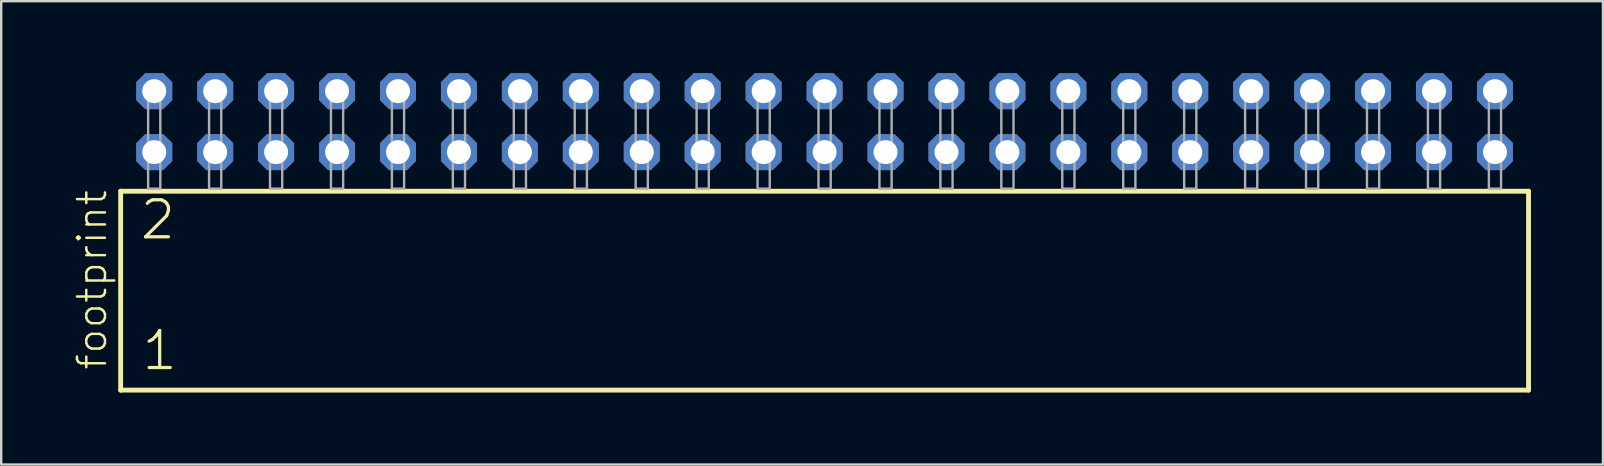
<source format=kicad_pcb>
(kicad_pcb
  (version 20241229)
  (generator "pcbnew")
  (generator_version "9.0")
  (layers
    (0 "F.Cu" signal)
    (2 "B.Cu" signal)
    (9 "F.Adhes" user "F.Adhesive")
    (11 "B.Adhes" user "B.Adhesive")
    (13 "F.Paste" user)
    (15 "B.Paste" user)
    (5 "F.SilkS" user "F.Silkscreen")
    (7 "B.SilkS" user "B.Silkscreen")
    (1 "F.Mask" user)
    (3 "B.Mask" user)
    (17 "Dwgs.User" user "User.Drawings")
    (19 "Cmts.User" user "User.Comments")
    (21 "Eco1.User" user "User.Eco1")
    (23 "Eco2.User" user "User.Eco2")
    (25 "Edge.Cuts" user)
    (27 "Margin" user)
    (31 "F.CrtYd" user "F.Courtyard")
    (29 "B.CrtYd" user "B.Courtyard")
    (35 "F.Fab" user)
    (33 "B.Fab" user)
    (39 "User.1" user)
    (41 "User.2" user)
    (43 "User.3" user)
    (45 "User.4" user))
  (footprint "footprint"
    (layer "F.Cu")
    (at 31.318 4.814)
    (property "Reference" "footprint" (at -29.845 7.62 90) (layer "F.SilkS") (effects (font (size 1.168 1.168) (thickness 0.102)) (justify left bottom)))
    (fp_line (start -29.339 0.106) (end -29.339 8.396) (stroke (width 0.203) (type solid)) (layer "F.SilkS"))
    (fp_line (start -29.339 8.396) (end 29.339 8.396) (stroke (width 0.203) (type solid)) (layer "F.SilkS"))
    (fp_line (start 29.339 0.106) (end -29.339 0.106) (stroke (width 0.203) (type solid)) (layer "F.SilkS"))
    (fp_line (start 29.339 8.396) (end 29.339 0.106) (stroke (width 0.203) (type solid)) (layer "F.SilkS"))
    (fp_poly (pts (xy -28.194 0) (xy -27.686 0) (xy -27.686 -4.318) (xy -28.194 -4.318)) (stroke (width 0.1) (type solid)) (fill no) (layer "F.Fab"))
    (fp_poly (pts (xy -25.654 0) (xy -25.146 0) (xy -25.146 -4.318) (xy -25.654 -4.318)) (stroke (width 0.1) (type solid)) (fill no) (layer "F.Fab"))
    (fp_poly (pts (xy -23.114 0) (xy -22.606 0) (xy -22.606 -4.318) (xy -23.114 -4.318)) (stroke (width 0.1) (type solid)) (fill no) (layer "F.Fab"))
    (fp_poly (pts (xy -20.574 0) (xy -20.066 0) (xy -20.066 -4.318) (xy -20.574 -4.318)) (stroke (width 0.1) (type solid)) (fill no) (layer "F.Fab"))
    (fp_poly (pts (xy -18.034 0) (xy -17.526 0) (xy -17.526 -4.318) (xy -18.034 -4.318)) (stroke (width 0.1) (type solid)) (fill no) (layer "F.Fab"))
    (fp_poly (pts (xy -15.494 0) (xy -14.986 0) (xy -14.986 -4.318) (xy -15.494 -4.318)) (stroke (width 0.1) (type solid)) (fill no) (layer "F.Fab"))
    (fp_poly (pts (xy -12.954 0) (xy -12.446 0) (xy -12.446 -4.318) (xy -12.954 -4.318)) (stroke (width 0.1) (type solid)) (fill no) (layer "F.Fab"))
    (fp_poly (pts (xy -10.414 0) (xy -9.906 0) (xy -9.906 -4.318) (xy -10.414 -4.318)) (stroke (width 0.1) (type solid)) (fill no) (layer "F.Fab"))
    (fp_poly (pts (xy -7.874 0) (xy -7.366 0) (xy -7.366 -4.318) (xy -7.874 -4.318)) (stroke (width 0.1) (type solid)) (fill no) (layer "F.Fab"))
    (fp_poly (pts (xy -5.334 0) (xy -4.826 0) (xy -4.826 -4.318) (xy -5.334 -4.318)) (stroke (width 0.1) (type solid)) (fill no) (layer "F.Fab"))
    (fp_poly (pts (xy -2.794 0) (xy -2.286 0) (xy -2.286 -4.318) (xy -2.794 -4.318)) (stroke (width 0.1) (type solid)) (fill no) (layer "F.Fab"))
    (fp_poly (pts (xy -0.254 0) (xy 0.254 0) (xy 0.254 -4.318) (xy -0.254 -4.318)) (stroke (width 0.1) (type solid)) (fill no) (layer "F.Fab"))
    (fp_poly (pts (xy 2.286 0) (xy 2.794 0) (xy 2.794 -4.318) (xy 2.286 -4.318)) (stroke (width 0.1) (type solid)) (fill no) (layer "F.Fab"))
    (fp_poly (pts (xy 4.826 0) (xy 5.334 0) (xy 5.334 -4.318) (xy 4.826 -4.318)) (stroke (width 0.1) (type solid)) (fill no) (layer "F.Fab"))
    (fp_poly (pts (xy 7.366 0) (xy 7.874 0) (xy 7.874 -4.318) (xy 7.366 -4.318)) (stroke (width 0.1) (type solid)) (fill no) (layer "F.Fab"))
    (fp_poly (pts (xy 9.906 0) (xy 10.414 0) (xy 10.414 -4.318) (xy 9.906 -4.318)) (stroke (width 0.1) (type solid)) (fill no) (layer "F.Fab"))
    (fp_poly (pts (xy 12.446 0) (xy 12.954 0) (xy 12.954 -4.318) (xy 12.446 -4.318)) (stroke (width 0.1) (type solid)) (fill no) (layer "F.Fab"))
    (fp_poly (pts (xy 14.986 0) (xy 15.494 0) (xy 15.494 -4.318) (xy 14.986 -4.318)) (stroke (width 0.1) (type solid)) (fill no) (layer "F.Fab"))
    (fp_poly (pts (xy 17.526 0) (xy 18.034 0) (xy 18.034 -4.318) (xy 17.526 -4.318)) (stroke (width 0.1) (type solid)) (fill no) (layer "F.Fab"))
    (fp_poly (pts (xy 20.066 0) (xy 20.574 0) (xy 20.574 -4.318) (xy 20.066 -4.318)) (stroke (width 0.1) (type solid)) (fill no) (layer "F.Fab"))
    (fp_poly (pts (xy 22.606 0) (xy 23.114 0) (xy 23.114 -4.318) (xy 22.606 -4.318)) (stroke (width 0.1) (type solid)) (fill no) (layer "F.Fab"))
    (fp_poly (pts (xy 25.146 0) (xy 25.654 0) (xy 25.654 -4.318) (xy 25.146 -4.318)) (stroke (width 0.1) (type solid)) (fill no) (layer "F.Fab"))
    (fp_poly (pts (xy 27.686 0) (xy 28.194 0) (xy 28.194 -4.318) (xy 27.686 -4.318)) (stroke (width 0.1) (type solid)) (fill no) (layer "F.Fab"))
    (fp_text user "1" (at -28.535 7.65 0) (layer "F.SilkS") (effects (font (size 1.542 1.542) (thickness 0.134)) (justify left bottom)))
    (fp_text user "2" (at -28.61 2.2 0) (layer "F.SilkS") (effects (font (size 1.542 1.542) (thickness 0.134)) (justify left bottom)))
    (pad "1" thru_hole roundrect (at -27.94 -1.524) (size 1.5 1.5) (drill 1) (layers "*.Cu" "*.Mask") (roundrect_rratio 0.25) (chamfer_ratio 0.25) (chamfer top_left top_right bottom_left bottom_right))
    (pad "2" thru_hole roundrect (at -27.94 -4.064) (size 1.5 1.5) (drill 1) (layers "*.Cu" "*.Mask") (roundrect_rratio 0.25) (chamfer_ratio 0.25) (chamfer top_left top_right bottom_left bottom_right))
    (pad "3" thru_hole roundrect (at -25.4 -1.524) (size 1.5 1.5) (drill 1) (layers "*.Cu" "*.Mask") (roundrect_rratio 0.25) (chamfer_ratio 0.25) (chamfer top_left top_right bottom_left bottom_right))
    (pad "4" thru_hole roundrect (at -25.4 -4.064) (size 1.5 1.5) (drill 1) (layers "*.Cu" "*.Mask") (roundrect_rratio 0.25) (chamfer_ratio 0.25) (chamfer top_left top_right bottom_left bottom_right))
    (pad "5" thru_hole roundrect (at -22.86 -1.524) (size 1.5 1.5) (drill 1) (layers "*.Cu" "*.Mask") (roundrect_rratio 0.25) (chamfer_ratio 0.25) (chamfer top_left top_right bottom_left bottom_right))
    (pad "6" thru_hole roundrect (at -22.86 -4.064) (size 1.5 1.5) (drill 1) (layers "*.Cu" "*.Mask") (roundrect_rratio 0.25) (chamfer_ratio 0.25) (chamfer top_left top_right bottom_left bottom_right))
    (pad "7" thru_hole roundrect (at -20.32 -1.524) (size 1.5 1.5) (drill 1) (layers "*.Cu" "*.Mask") (roundrect_rratio 0.25) (chamfer_ratio 0.25) (chamfer top_left top_right bottom_left bottom_right))
    (pad "8" thru_hole roundrect (at -20.32 -4.064) (size 1.5 1.5) (drill 1) (layers "*.Cu" "*.Mask") (roundrect_rratio 0.25) (chamfer_ratio 0.25) (chamfer top_left top_right bottom_left bottom_right))
    (pad "9" thru_hole roundrect (at -17.78 -1.524) (size 1.5 1.5) (drill 1) (layers "*.Cu" "*.Mask") (roundrect_rratio 0.25) (chamfer_ratio 0.25) (chamfer top_left top_right bottom_left bottom_right))
    (pad "10" thru_hole roundrect (at -17.78 -4.064) (size 1.5 1.5) (drill 1) (layers "*.Cu" "*.Mask") (roundrect_rratio 0.25) (chamfer_ratio 0.25) (chamfer top_left top_right bottom_left bottom_right))
    (pad "11" thru_hole roundrect (at -15.24 -1.524) (size 1.5 1.5) (drill 1) (layers "*.Cu" "*.Mask") (roundrect_rratio 0.25) (chamfer_ratio 0.25) (chamfer top_left top_right bottom_left bottom_right))
    (pad "12" thru_hole roundrect (at -15.24 -4.064) (size 1.5 1.5) (drill 1) (layers "*.Cu" "*.Mask") (roundrect_rratio 0.25) (chamfer_ratio 0.25) (chamfer top_left top_right bottom_left bottom_right))
    (pad "13" thru_hole roundrect (at -12.7 -1.524) (size 1.5 1.5) (drill 1) (layers "*.Cu" "*.Mask") (roundrect_rratio 0.25) (chamfer_ratio 0.25) (chamfer top_left top_right bottom_left bottom_right))
    (pad "14" thru_hole roundrect (at -12.7 -4.064) (size 1.5 1.5) (drill 1) (layers "*.Cu" "*.Mask") (roundrect_rratio 0.25) (chamfer_ratio 0.25) (chamfer top_left top_right bottom_left bottom_right))
    (pad "15" thru_hole roundrect (at -10.16 -1.524) (size 1.5 1.5) (drill 1) (layers "*.Cu" "*.Mask") (roundrect_rratio 0.25) (chamfer_ratio 0.25) (chamfer top_left top_right bottom_left bottom_right))
    (pad "16" thru_hole roundrect (at -10.16 -4.064) (size 1.5 1.5) (drill 1) (layers "*.Cu" "*.Mask") (roundrect_rratio 0.25) (chamfer_ratio 0.25) (chamfer top_left top_right bottom_left bottom_right))
    (pad "17" thru_hole roundrect (at -7.62 -1.524) (size 1.5 1.5) (drill 1) (layers "*.Cu" "*.Mask") (roundrect_rratio 0.25) (chamfer_ratio 0.25) (chamfer top_left top_right bottom_left bottom_right))
    (pad "18" thru_hole roundrect (at -7.62 -4.064) (size 1.5 1.5) (drill 1) (layers "*.Cu" "*.Mask") (roundrect_rratio 0.25) (chamfer_ratio 0.25) (chamfer top_left top_right bottom_left bottom_right))
    (pad "19" thru_hole roundrect (at -5.08 -1.524) (size 1.5 1.5) (drill 1) (layers "*.Cu" "*.Mask") (roundrect_rratio 0.25) (chamfer_ratio 0.25) (chamfer top_left top_right bottom_left bottom_right))
    (pad "20" thru_hole roundrect (at -5.08 -4.064) (size 1.5 1.5) (drill 1) (layers "*.Cu" "*.Mask") (roundrect_rratio 0.25) (chamfer_ratio 0.25) (chamfer top_left top_right bottom_left bottom_right))
    (pad "21" thru_hole roundrect (at -2.54 -1.524) (size 1.5 1.5) (drill 1) (layers "*.Cu" "*.Mask") (roundrect_rratio 0.25) (chamfer_ratio 0.25) (chamfer top_left top_right bottom_left bottom_right))
    (pad "22" thru_hole roundrect (at -2.54 -4.064) (size 1.5 1.5) (drill 1) (layers "*.Cu" "*.Mask") (roundrect_rratio 0.25) (chamfer_ratio 0.25) (chamfer top_left top_right bottom_left bottom_right))
    (pad "23" thru_hole roundrect (at 0 -1.524) (size 1.5 1.5) (drill 1) (layers "*.Cu" "*.Mask") (roundrect_rratio 0.25) (chamfer_ratio 0.25) (chamfer top_left top_right bottom_left bottom_right))
    (pad "24" thru_hole roundrect (at 0 -4.064) (size 1.5 1.5) (drill 1) (layers "*.Cu" "*.Mask") (roundrect_rratio 0.25) (chamfer_ratio 0.25) (chamfer top_left top_right bottom_left bottom_right))
    (pad "25" thru_hole roundrect (at 2.54 -1.524) (size 1.5 1.5) (drill 1) (layers "*.Cu" "*.Mask") (roundrect_rratio 0.25) (chamfer_ratio 0.25) (chamfer top_left top_right bottom_left bottom_right))
    (pad "26" thru_hole roundrect (at 2.54 -4.064) (size 1.5 1.5) (drill 1) (layers "*.Cu" "*.Mask") (roundrect_rratio 0.25) (chamfer_ratio 0.25) (chamfer top_left top_right bottom_left bottom_right))
    (pad "27" thru_hole roundrect (at 5.08 -1.524) (size 1.5 1.5) (drill 1) (layers "*.Cu" "*.Mask") (roundrect_rratio 0.25) (chamfer_ratio 0.25) (chamfer top_left top_right bottom_left bottom_right))
    (pad "28" thru_hole roundrect (at 5.08 -4.064) (size 1.5 1.5) (drill 1) (layers "*.Cu" "*.Mask") (roundrect_rratio 0.25) (chamfer_ratio 0.25) (chamfer top_left top_right bottom_left bottom_right))
    (pad "29" thru_hole roundrect (at 7.62 -1.524) (size 1.5 1.5) (drill 1) (layers "*.Cu" "*.Mask") (roundrect_rratio 0.25) (chamfer_ratio 0.25) (chamfer top_left top_right bottom_left bottom_right))
    (pad "30" thru_hole roundrect (at 7.62 -4.064) (size 1.5 1.5) (drill 1) (layers "*.Cu" "*.Mask") (roundrect_rratio 0.25) (chamfer_ratio 0.25) (chamfer top_left top_right bottom_left bottom_right))
    (pad "31" thru_hole roundrect (at 10.16 -1.524) (size 1.5 1.5) (drill 1) (layers "*.Cu" "*.Mask") (roundrect_rratio 0.25) (chamfer_ratio 0.25) (chamfer top_left top_right bottom_left bottom_right))
    (pad "32" thru_hole roundrect (at 10.16 -4.064) (size 1.5 1.5) (drill 1) (layers "*.Cu" "*.Mask") (roundrect_rratio 0.25) (chamfer_ratio 0.25) (chamfer top_left top_right bottom_left bottom_right))
    (pad "33" thru_hole roundrect (at 12.7 -1.524) (size 1.5 1.5) (drill 1) (layers "*.Cu" "*.Mask") (roundrect_rratio 0.25) (chamfer_ratio 0.25) (chamfer top_left top_right bottom_left bottom_right))
    (pad "34" thru_hole roundrect (at 12.7 -4.064) (size 1.5 1.5) (drill 1) (layers "*.Cu" "*.Mask") (roundrect_rratio 0.25) (chamfer_ratio 0.25) (chamfer top_left top_right bottom_left bottom_right))
    (pad "35" thru_hole roundrect (at 15.24 -1.524) (size 1.5 1.5) (drill 1) (layers "*.Cu" "*.Mask") (roundrect_rratio 0.25) (chamfer_ratio 0.25) (chamfer top_left top_right bottom_left bottom_right))
    (pad "36" thru_hole roundrect (at 15.24 -4.064) (size 1.5 1.5) (drill 1) (layers "*.Cu" "*.Mask") (roundrect_rratio 0.25) (chamfer_ratio 0.25) (chamfer top_left top_right bottom_left bottom_right))
    (pad "37" thru_hole roundrect (at 17.78 -1.524) (size 1.5 1.5) (drill 1) (layers "*.Cu" "*.Mask") (roundrect_rratio 0.25) (chamfer_ratio 0.25) (chamfer top_left top_right bottom_left bottom_right))
    (pad "38" thru_hole roundrect (at 17.78 -4.064) (size 1.5 1.5) (drill 1) (layers "*.Cu" "*.Mask") (roundrect_rratio 0.25) (chamfer_ratio 0.25) (chamfer top_left top_right bottom_left bottom_right))
    (pad "39" thru_hole roundrect (at 20.32 -1.524) (size 1.5 1.5) (drill 1) (layers "*.Cu" "*.Mask") (roundrect_rratio 0.25) (chamfer_ratio 0.25) (chamfer top_left top_right bottom_left bottom_right))
    (pad "40" thru_hole roundrect (at 20.32 -4.064) (size 1.5 1.5) (drill 1) (layers "*.Cu" "*.Mask") (roundrect_rratio 0.25) (chamfer_ratio 0.25) (chamfer top_left top_right bottom_left bottom_right))
    (pad "41" thru_hole roundrect (at 22.86 -1.524) (size 1.5 1.5) (drill 1) (layers "*.Cu" "*.Mask") (roundrect_rratio 0.25) (chamfer_ratio 0.25) (chamfer top_left top_right bottom_left bottom_right))
    (pad "42" thru_hole roundrect (at 22.86 -4.064) (size 1.5 1.5) (drill 1) (layers "*.Cu" "*.Mask") (roundrect_rratio 0.25) (chamfer_ratio 0.25) (chamfer top_left top_right bottom_left bottom_right))
    (pad "43" thru_hole roundrect (at 25.4 -1.524) (size 1.5 1.5) (drill 1) (layers "*.Cu" "*.Mask") (roundrect_rratio 0.25) (chamfer_ratio 0.25) (chamfer top_left top_right bottom_left bottom_right))
    (pad "44" thru_hole roundrect (at 25.4 -4.064) (size 1.5 1.5) (drill 1) (layers "*.Cu" "*.Mask") (roundrect_rratio 0.25) (chamfer_ratio 0.25) (chamfer top_left top_right bottom_left bottom_right))
    (pad "45" thru_hole roundrect (at 27.94 -1.524) (size 1.5 1.5) (drill 1) (layers "*.Cu" "*.Mask") (roundrect_rratio 0.25) (chamfer_ratio 0.25) (chamfer top_left top_right bottom_left bottom_right))
    (pad "46" thru_hole roundrect (at 27.94 -4.064) (size 1.5 1.5) (drill 1) (layers "*.Cu" "*.Mask") (roundrect_rratio 0.25) (chamfer_ratio 0.25) (chamfer top_left top_right bottom_left bottom_right)))
  (gr_rect
    (start -3 -3)
    (end 63.759 16.312)
    (stroke (width 0.1) (type default))
    (fill no)
    (layer "Edge.Cuts")))
</source>
